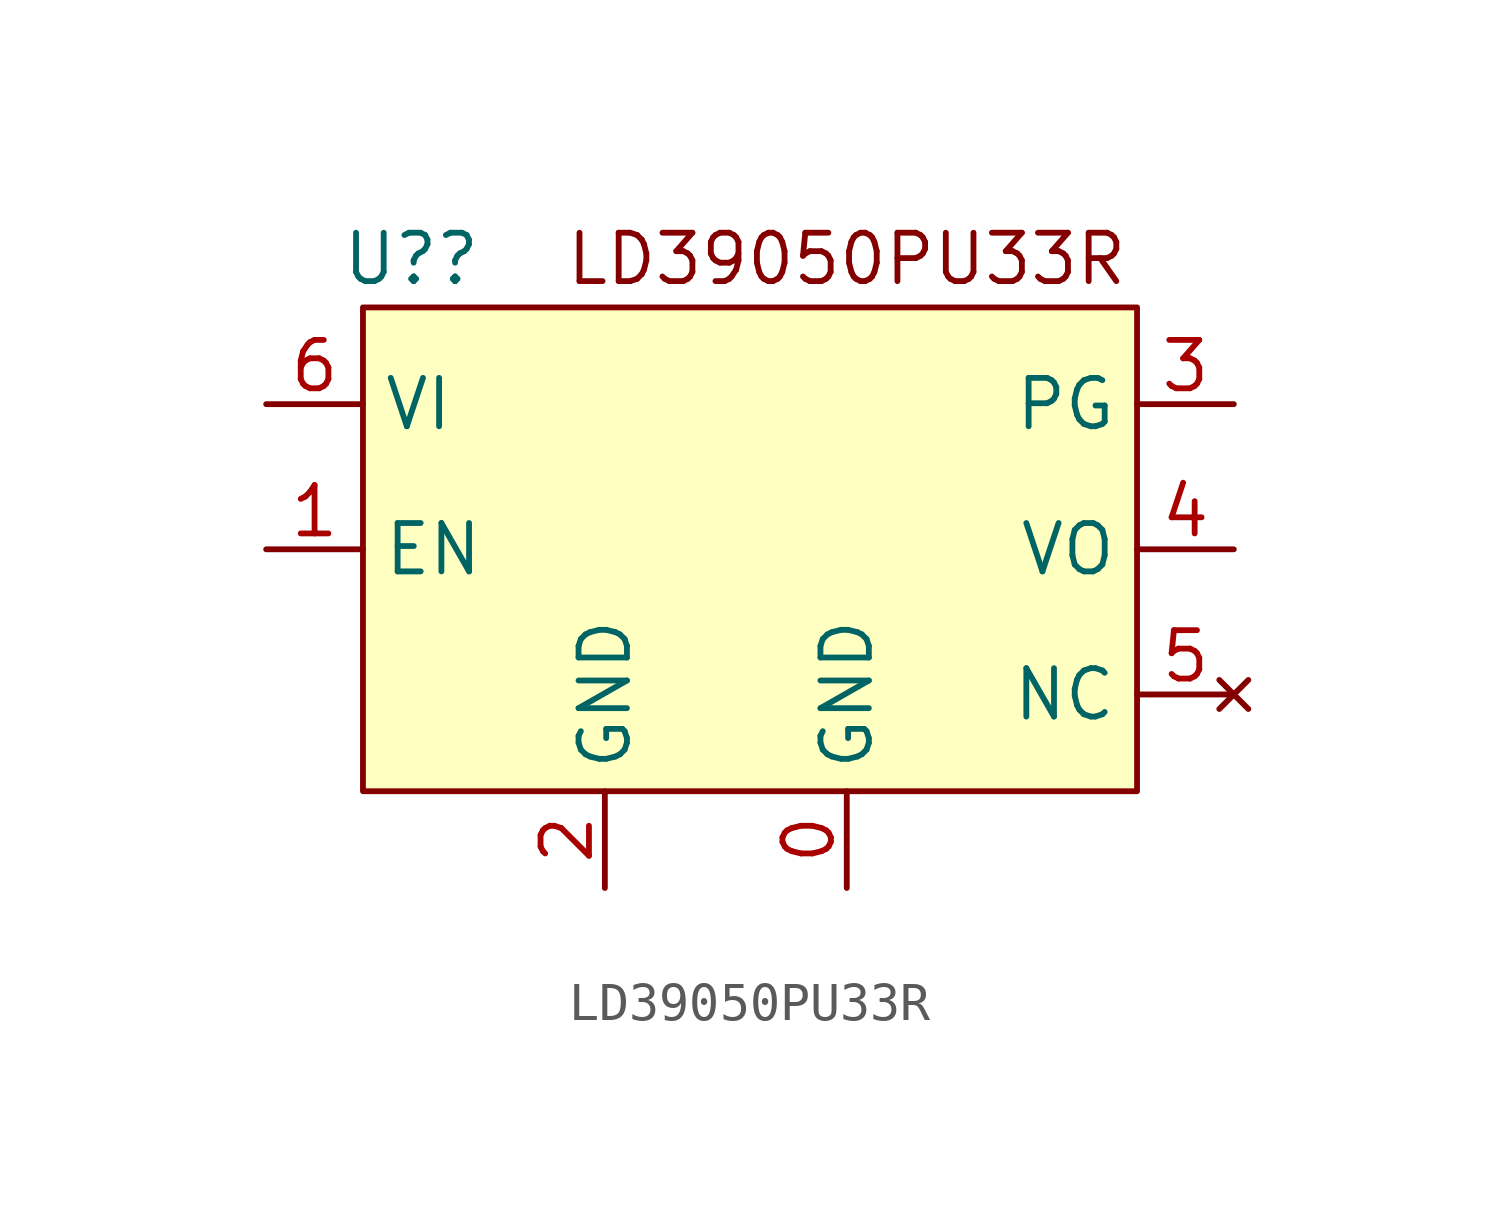
<source format=kicad_sym>
(kicad_symbol_lib
  (version 20220914)
  (generator kicad_symbol_editor)
  (symbol "LD39050PU33R"
    (property "Reference" "U?"
      (at -3.81 5.08 0)
      (effects (font (size 1.27 1.27))))
    (property "Value" ""
      (at 0 0 0)
      (effects (font (size 1.27 1.27))))
    (symbol "LD39050PU33R_1_1"
      (rectangle (start -5.08 3.81) (end 15.24 -8.89) (stroke (width 0) (type default)) (fill (type background)))
      (text "LD39050PU33R" (at 7.62 5.08 0) (effects (font (size 1.27 1.27))))
      (pin power_in line (at 7.62 -11.43 90) (length 2.54) (name "GND" (effects (font (size 1.27 1.27)))) (number "0" (effects (font (size 1.27 1.27)))))
      (pin input line (at -7.62 -2.54 0) (length 2.54) (name "EN" (effects (font (size 1.27 1.27)))) (number "1" (effects (font (size 1.27 1.27)))))
      (pin power_in line (at 1.27 -11.43 90) (length 2.54) (name "GND" (effects (font (size 1.27 1.27)))) (number "2" (effects (font (size 1.27 1.27)))))
      (pin passive line (at 17.78 1.27 180) (length 2.54) (name "PG" (effects (font (size 1.27 1.27)))) (number "3" (effects (font (size 1.27 1.27)))))
      (pin power_out line (at 17.78 -2.54 180) (length 2.54) (name "VO" (effects (font (size 1.27 1.27)))) (number "4" (effects (font (size 1.27 1.27)))))
      (pin no_connect line (at 17.78 -6.35 180) (length 2.54) (name "NC" (effects (font (size 1.27 1.27)))) (number "5" (effects (font (size 1.27 1.27)))))
      (pin power_in line (at -7.62 1.27 0) (length 2.54) (name "VI" (effects (font (size 1.27 1.27)))) (number "6" (effects (font (size 1.27 1.27))))))))
</source>
